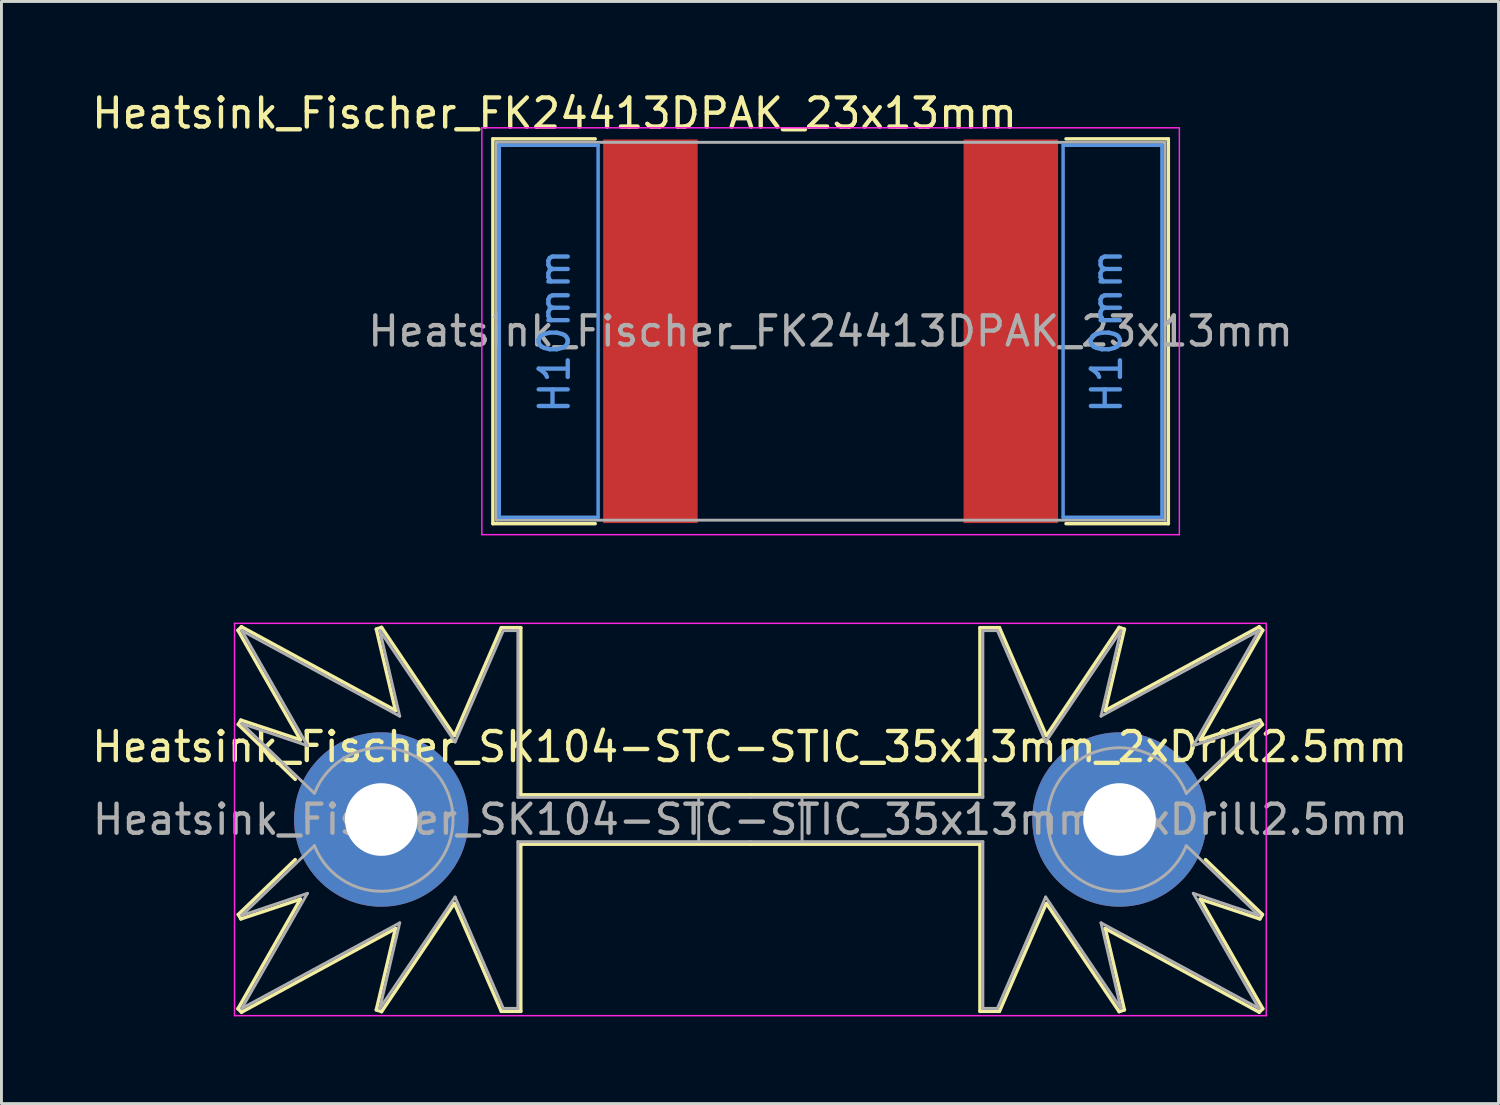
<source format=kicad_pcb>
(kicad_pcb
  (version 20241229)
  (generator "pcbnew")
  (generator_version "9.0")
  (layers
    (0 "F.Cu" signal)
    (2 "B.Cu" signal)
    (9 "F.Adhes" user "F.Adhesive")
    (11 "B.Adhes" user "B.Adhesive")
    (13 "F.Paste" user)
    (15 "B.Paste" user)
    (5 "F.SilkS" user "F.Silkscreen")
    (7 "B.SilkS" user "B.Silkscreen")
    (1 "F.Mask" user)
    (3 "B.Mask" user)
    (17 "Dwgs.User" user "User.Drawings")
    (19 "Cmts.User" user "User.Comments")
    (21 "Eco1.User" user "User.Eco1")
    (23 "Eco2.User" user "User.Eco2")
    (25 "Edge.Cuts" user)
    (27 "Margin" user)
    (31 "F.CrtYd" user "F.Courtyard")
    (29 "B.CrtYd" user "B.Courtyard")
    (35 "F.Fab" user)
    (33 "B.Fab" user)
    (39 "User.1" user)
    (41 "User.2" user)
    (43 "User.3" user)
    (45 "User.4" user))
  (footprint "Heatsink_Fischer_SK104-STC-STIC_35x13mm_2xDrill2.5mm"
    (layer "F.Cu")
    (at 22.769 25.148)
    (property "Reference" "Heatsink_Fischer_SK104-STC-STIC_35x13mm_2xDrill2.5mm" (at -0.025 -2.5 0) (layer "F.SilkS") (effects (font (size 1 1) (thickness 0.15))))
    (attr through_hole)
    (fp_line (start -17.63 -6.51) (end -15.48 -2.74) (stroke (width 0.12) (type solid)) (layer "F.SilkS"))
    (fp_line (start -17.63 6.51) (end -15.48 2.74) (stroke (width 0.12) (type solid)) (layer "F.SilkS"))
    (fp_line (start -17.62 -3.27) (end -15.66 -1.38) (stroke (width 0.12) (type solid)) (layer "F.SilkS"))
    (fp_line (start -17.62 3.27) (end -15.66 1.38) (stroke (width 0.12) (type solid)) (layer "F.SilkS"))
    (fp_line (start -17.53 -3.42) (end -17.62 -3.27) (stroke (width 0.12) (type solid)) (layer "F.SilkS"))
    (fp_line (start -17.53 3.42) (end -17.62 3.27) (stroke (width 0.12) (type solid)) (layer "F.SilkS"))
    (fp_line (start -17.51 -6.63) (end -17.63 -6.51) (stroke (width 0.12) (type solid)) (layer "F.SilkS"))
    (fp_line (start -17.51 6.63) (end -17.63 6.51) (stroke (width 0.12) (type solid)) (layer "F.SilkS"))
    (fp_line (start -15.48 -2.74) (end -17.53 -3.42) (stroke (width 0.12) (type solid)) (layer "F.SilkS"))
    (fp_line (start -15.48 2.74) (end -17.53 3.42) (stroke (width 0.12) (type solid)) (layer "F.SilkS"))
    (fp_line (start -12.87 -6.55) (end -12.21 -3.75) (stroke (width 0.12) (type solid)) (layer "F.SilkS"))
    (fp_line (start -12.87 6.55) (end -12.21 3.75) (stroke (width 0.12) (type solid)) (layer "F.SilkS"))
    (fp_line (start -12.69 -6.61) (end -12.87 -6.55) (stroke (width 0.12) (type solid)) (layer "F.SilkS"))
    (fp_line (start -12.69 6.61) (end -12.87 6.55) (stroke (width 0.12) (type solid)) (layer "F.SilkS"))
    (fp_line (start -12.21 -3.75) (end -17.51 -6.63) (stroke (width 0.12) (type solid)) (layer "F.SilkS"))
    (fp_line (start -12.21 3.75) (end -17.51 6.63) (stroke (width 0.12) (type solid)) (layer "F.SilkS"))
    (fp_line (start -10.19 -2.89) (end -12.69 -6.61) (stroke (width 0.12) (type solid)) (layer "F.SilkS"))
    (fp_line (start -10.19 2.89) (end -12.69 6.61) (stroke (width 0.12) (type solid)) (layer "F.SilkS"))
    (fp_line (start -8.57 -6.6) (end -10.18 -2.89) (stroke (width 0.12) (type solid)) (layer "F.SilkS"))
    (fp_line (start -8.57 6.6) (end -10.18 2.89) (stroke (width 0.12) (type solid)) (layer "F.SilkS"))
    (fp_line (start -7.9 -6.6) (end -8.57 -6.6) (stroke (width 0.12) (type solid)) (layer "F.SilkS"))
    (fp_line (start -7.9 -0.85) (end -7.9 -6.6) (stroke (width 0.12) (type solid)) (layer "F.SilkS"))
    (fp_line (start -7.9 0.85) (end -7.9 6.6) (stroke (width 0.12) (type solid)) (layer "F.SilkS"))
    (fp_line (start -7.9 6.6) (end -8.57 6.6) (stroke (width 0.12) (type solid)) (layer "F.SilkS"))
    (fp_line (start 0 -0.85) (end -7.9 -0.85) (stroke (width 0.12) (type solid)) (layer "F.SilkS"))
    (fp_line (start 0 -0.85) (end 7.9 -0.85) (stroke (width 0.12) (type solid)) (layer "F.SilkS"))
    (fp_line (start 0 0.85) (end -7.9 0.85) (stroke (width 0.12) (type solid)) (layer "F.SilkS"))
    (fp_line (start 0 0.85) (end 7.9 0.85) (stroke (width 0.12) (type solid)) (layer "F.SilkS"))
    (fp_line (start 7.9 -6.6) (end 8.57 -6.6) (stroke (width 0.12) (type solid)) (layer "F.SilkS"))
    (fp_line (start 7.9 -0.85) (end 7.9 -6.6) (stroke (width 0.12) (type solid)) (layer "F.SilkS"))
    (fp_line (start 7.9 0.85) (end 7.9 6.6) (stroke (width 0.12) (type solid)) (layer "F.SilkS"))
    (fp_line (start 7.9 6.6) (end 8.57 6.6) (stroke (width 0.12) (type solid)) (layer "F.SilkS"))
    (fp_line (start 8.57 -6.6) (end 10.18 -2.89) (stroke (width 0.12) (type solid)) (layer "F.SilkS"))
    (fp_line (start 8.57 6.6) (end 10.18 2.89) (stroke (width 0.12) (type solid)) (layer "F.SilkS"))
    (fp_line (start 10.19 -2.89) (end 12.69 -6.61) (stroke (width 0.12) (type solid)) (layer "F.SilkS"))
    (fp_line (start 10.19 2.89) (end 12.69 6.61) (stroke (width 0.12) (type solid)) (layer "F.SilkS"))
    (fp_line (start 12.21 -3.75) (end 17.51 -6.63) (stroke (width 0.12) (type solid)) (layer "F.SilkS"))
    (fp_line (start 12.21 3.75) (end 17.51 6.63) (stroke (width 0.12) (type solid)) (layer "F.SilkS"))
    (fp_line (start 12.69 -6.61) (end 12.87 -6.55) (stroke (width 0.12) (type solid)) (layer "F.SilkS"))
    (fp_line (start 12.69 6.61) (end 12.87 6.55) (stroke (width 0.12) (type solid)) (layer "F.SilkS"))
    (fp_line (start 12.87 -6.55) (end 12.21 -3.75) (stroke (width 0.12) (type solid)) (layer "F.SilkS"))
    (fp_line (start 12.87 6.55) (end 12.21 3.75) (stroke (width 0.12) (type solid)) (layer "F.SilkS"))
    (fp_line (start 15.48 -2.74) (end 17.53 -3.42) (stroke (width 0.12) (type solid)) (layer "F.SilkS"))
    (fp_line (start 15.48 2.74) (end 17.53 3.42) (stroke (width 0.12) (type solid)) (layer "F.SilkS"))
    (fp_line (start 17.51 -6.63) (end 17.63 -6.51) (stroke (width 0.12) (type solid)) (layer "F.SilkS"))
    (fp_line (start 17.51 6.63) (end 17.63 6.51) (stroke (width 0.12) (type solid)) (layer "F.SilkS"))
    (fp_line (start 17.53 -3.42) (end 17.62 -3.27) (stroke (width 0.12) (type solid)) (layer "F.SilkS"))
    (fp_line (start 17.53 3.42) (end 17.62 3.27) (stroke (width 0.12) (type solid)) (layer "F.SilkS"))
    (fp_line (start 17.62 -3.27) (end 15.66 -1.38) (stroke (width 0.12) (type solid)) (layer "F.SilkS"))
    (fp_line (start 17.62 3.27) (end 15.66 1.38) (stroke (width 0.12) (type solid)) (layer "F.SilkS"))
    (fp_line (start 17.63 -6.51) (end 15.48 -2.74) (stroke (width 0.12) (type solid)) (layer "F.SilkS"))
    (fp_line (start 17.63 6.51) (end 15.48 2.74) (stroke (width 0.12) (type solid)) (layer "F.SilkS"))
    (fp_line (start -17.75 -6.75) (end -17.75 6.75) (stroke (width 0.05) (type solid)) (layer "F.CrtYd"))
    (fp_line (start -17.75 -6.75) (end 17.75 -6.75) (stroke (width 0.05) (type solid)) (layer "F.CrtYd"))
    (fp_line (start 17.75 6.75) (end -17.75 6.75) (stroke (width 0.05) (type solid)) (layer "F.CrtYd"))
    (fp_line (start 17.75 6.75) (end 17.75 -6.75) (stroke (width 0.05) (type solid)) (layer "F.CrtYd"))
    (fp_line (start -17.5 -6.5) (end -15.24 -2.54) (stroke (width 0.1) (type solid)) (layer "F.Fab"))
    (fp_line (start -17.5 -6.5) (end -12.065 -3.556) (stroke (width 0.1) (type solid)) (layer "F.Fab"))
    (fp_line (start -17.5 -3.3) (end -15 -0.9) (stroke (width 0.1) (type solid)) (layer "F.Fab"))
    (fp_line (start -17.5 3.3) (end -15 0.9) (stroke (width 0.1) (type solid)) (layer "F.Fab"))
    (fp_line (start -17.5 6.5) (end -15.24 2.54) (stroke (width 0.1) (type solid)) (layer "F.Fab"))
    (fp_line (start -17.5 6.5) (end -12.065 3.556) (stroke (width 0.1) (type solid)) (layer "F.Fab"))
    (fp_line (start -15.24 -2.54) (end -17.5 -3.3) (stroke (width 0.1) (type solid)) (layer "F.Fab"))
    (fp_line (start -15.24 2.54) (end -17.5 3.3) (stroke (width 0.1) (type solid)) (layer "F.Fab"))
    (fp_line (start -12.065 -3.556) (end -12.75 -6.5) (stroke (width 0.1) (type solid)) (layer "F.Fab"))
    (fp_line (start -12.065 3.556) (end -12.75 6.5) (stroke (width 0.1) (type solid)) (layer "F.Fab"))
    (fp_line (start -10.16 -2.667) (end -12.75 -6.5) (stroke (width 0.1) (type solid)) (layer "F.Fab"))
    (fp_line (start -10.16 2.667) (end -12.75 6.5) (stroke (width 0.1) (type solid)) (layer "F.Fab"))
    (fp_line (start -8.5 -6.5) (end -10.16 -2.667) (stroke (width 0.1) (type solid)) (layer "F.Fab"))
    (fp_line (start -8.5 6.5) (end -10.16 2.667) (stroke (width 0.1) (type solid)) (layer "F.Fab"))
    (fp_line (start -8.001 -0.762) (end -8 -6.5) (stroke (width 0.1) (type solid)) (layer "F.Fab"))
    (fp_line (start -8.001 0.762) (end -8 6.5) (stroke (width 0.1) (type solid)) (layer "F.Fab"))
    (fp_line (start -8 -6.5) (end -8.5 -6.5) (stroke (width 0.1) (type solid)) (layer "F.Fab"))
    (fp_line (start -8 6.5) (end -8.5 6.5) (stroke (width 0.1) (type solid)) (layer "F.Fab"))
    (fp_line (start -1.778 0.762) (end -1.778 -0.762) (stroke (width 0.1) (type solid)) (layer "F.Fab"))
    (fp_line (start 0 -0.762) (end -8.001 -0.762) (stroke (width 0.1) (type solid)) (layer "F.Fab"))
    (fp_line (start 0 -0.762) (end 8.001 -0.762) (stroke (width 0.1) (type solid)) (layer "F.Fab"))
    (fp_line (start 0 0.762) (end -8.001 0.762) (stroke (width 0.1) (type solid)) (layer "F.Fab"))
    (fp_line (start 0 0.762) (end 8.001 0.762) (stroke (width 0.1) (type solid)) (layer "F.Fab"))
    (fp_line (start 1.778 -0.762) (end 1.778 0.762) (stroke (width 0.1) (type solid)) (layer "F.Fab"))
    (fp_line (start 8 -6.5) (end 8.5 -6.5) (stroke (width 0.1) (type solid)) (layer "F.Fab"))
    (fp_line (start 8 6.5) (end 8.5 6.5) (stroke (width 0.1) (type solid)) (layer "F.Fab"))
    (fp_line (start 8.001 -0.762) (end 8 -6.5) (stroke (width 0.1) (type solid)) (layer "F.Fab"))
    (fp_line (start 8.001 0.762) (end 8 6.5) (stroke (width 0.1) (type solid)) (layer "F.Fab"))
    (fp_line (start 8.5 -6.5) (end 10.16 -2.667) (stroke (width 0.1) (type solid)) (layer "F.Fab"))
    (fp_line (start 8.5 6.5) (end 10.16 2.667) (stroke (width 0.1) (type solid)) (layer "F.Fab"))
    (fp_line (start 10.16 -2.667) (end 12.75 -6.5) (stroke (width 0.1) (type solid)) (layer "F.Fab"))
    (fp_line (start 10.16 2.667) (end 12.75 6.5) (stroke (width 0.1) (type solid)) (layer "F.Fab"))
    (fp_line (start 12.065 -3.556) (end 12.75 -6.5) (stroke (width 0.1) (type solid)) (layer "F.Fab"))
    (fp_line (start 12.065 3.556) (end 12.75 6.5) (stroke (width 0.1) (type solid)) (layer "F.Fab"))
    (fp_line (start 15.24 -2.54) (end 17.5 -3.3) (stroke (width 0.1) (type solid)) (layer "F.Fab"))
    (fp_line (start 15.24 2.54) (end 17.5 3.3) (stroke (width 0.1) (type solid)) (layer "F.Fab"))
    (fp_line (start 17.5 -6.5) (end 12.065 -3.556) (stroke (width 0.1) (type solid)) (layer "F.Fab"))
    (fp_line (start 17.5 -6.5) (end 15.24 -2.54) (stroke (width 0.1) (type solid)) (layer "F.Fab"))
    (fp_line (start 17.5 -3.3) (end 15 -0.9) (stroke (width 0.1) (type solid)) (layer "F.Fab"))
    (fp_line (start 17.5 3.3) (end 15 0.9) (stroke (width 0.1) (type solid)) (layer "F.Fab"))
    (fp_line (start 17.5 6.5) (end 12.065 3.556) (stroke (width 0.1) (type solid)) (layer "F.Fab"))
    (fp_line (start 17.5 6.5) (end 15.24 2.54) (stroke (width 0.1) (type solid)) (layer "F.Fab"))
    (fp_arc (start -14.99272 -0.918387) (mid -10.230202 0.009888) (end -15 0.9) (stroke (width 0.1) (type solid)) (layer "F.Fab"))
    (fp_arc (start 14.99272 0.918387) (mid 10.230202 -0.009888) (end 15 -0.9) (stroke (width 0.1) (type solid)) (layer "F.Fab"))
    (fp_text user "${REFERENCE}" (at 0 0 0) (layer "F.Fab") (effects (font (size 1 1) (thickness 0.15))))
    (pad "1" thru_hole circle (at -12.7 0 180) (size 6 6) (drill 2.5) (layers "*.Cu" "*.Mask"))
    (pad "1" thru_hole circle (at 12.7 0) (size 6 6) (drill 2.5) (layers "*.Cu" "*.Mask")))
  (footprint "Heatsink_Fischer_FK24413DPAK_23x13mm"
    (layer "F.Cu")
    (at 25.53 8.348)
    (property "Reference" "Heatsink_Fischer_FK24413DPAK_23x13mm" (at -9.5 -7.5 180) (layer "F.SilkS") (effects (font (size 1 1) (thickness 0.15))))
    (attr smd)
    (fp_line (start -11.62 -6.62) (end -8.1 -6.62) (stroke (width 0.12) (type solid)) (layer "F.SilkS"))
    (fp_line (start -11.62 6.62) (end -11.62 -6.62) (stroke (width 0.12) (type solid)) (layer "F.SilkS"))
    (fp_line (start -11.62 6.62) (end -8.1 6.62) (stroke (width 0.12) (type solid)) (layer "F.SilkS"))
    (fp_line (start 8.1 -6.62) (end 11.62 -6.62) (stroke (width 0.12) (type solid)) (layer "F.SilkS"))
    (fp_line (start 8.1 6.62) (end 11.62 6.62) (stroke (width 0.12) (type solid)) (layer "F.SilkS"))
    (fp_line (start 11.62 -6.62) (end 11.62 6.62) (stroke (width 0.12) (type solid)) (layer "F.SilkS"))
    (fp_line (start -11.4 -6.4) (end -8 -6.4) (stroke (width 0.12) (type solid)) (layer "Cmts.User"))
    (fp_line (start -11.4 6.4) (end -11.4 -6.4) (stroke (width 0.12) (type solid)) (layer "Cmts.User"))
    (fp_line (start -8 -6.4) (end -8 6.4) (stroke (width 0.12) (type solid)) (layer "Cmts.User"))
    (fp_line (start -8 6.4) (end -11.4 6.4) (stroke (width 0.12) (type solid)) (layer "Cmts.User"))
    (fp_line (start 8 6.4) (end 8 -6.4) (stroke (width 0.12) (type solid)) (layer "Cmts.User"))
    (fp_line (start 8 6.4) (end 11.4 6.4) (stroke (width 0.12) (type solid)) (layer "Cmts.User"))
    (fp_line (start 11.4 -6.4) (end 8 -6.4) (stroke (width 0.12) (type solid)) (layer "Cmts.User"))
    (fp_line (start 11.4 6.4) (end 11.4 -6.4) (stroke (width 0.12) (type solid)) (layer "Cmts.User"))
    (fp_line (start -12 -7) (end -12 7) (stroke (width 0.05) (type solid)) (layer "F.CrtYd"))
    (fp_line (start -12 -7) (end 12 -7) (stroke (width 0.05) (type solid)) (layer "F.CrtYd"))
    (fp_line (start 12 7) (end -12 7) (stroke (width 0.05) (type solid)) (layer "F.CrtYd"))
    (fp_line (start 12 7) (end 12 -7) (stroke (width 0.05) (type solid)) (layer "F.CrtYd"))
    (fp_line (start -11.5 -6.5) (end 11.5 -6.5) (stroke (width 0.1) (type solid)) (layer "F.Fab"))
    (fp_line (start -11.5 6.5) (end -11.5 -6.5) (stroke (width 0.1) (type solid)) (layer "F.Fab"))
    (fp_line (start 11.5 -6.5) (end 11.5 6.5) (stroke (width 0.1) (type solid)) (layer "F.Fab"))
    (fp_line (start 11.5 6.5) (end -11.5 6.5) (stroke (width 0.1) (type solid)) (layer "F.Fab"))
    (fp_text user "H10mm" (at -9.5 0 90) (layer "Cmts.User") (effects (font (size 1 1) (thickness 0.15))))
    (fp_text user "H10mm" (at 9.5 0 90) (layer "Cmts.User") (effects (font (size 1 1) (thickness 0.15))))
    (fp_text user "${REFERENCE}" (at 0 0 0) (layer "F.Fab") (effects (font (size 1 1) (thickness 0.15))))
    (pad "1" smd rect (at -6.2 0 180) (size 3.25 13.2) (layers "F.Cu" "F.Mask" "F.Paste"))
    (pad "1" smd rect (at 6.2 0) (size 3.25 13.2) (layers "F.Cu" "F.Mask" "F.Paste")))
  (gr_rect
    (start -3 -3)
    (end 48.513 34.923)
    (stroke (width 0.1) (type default))
    (fill no)
    (layer "Edge.Cuts")))
</source>
